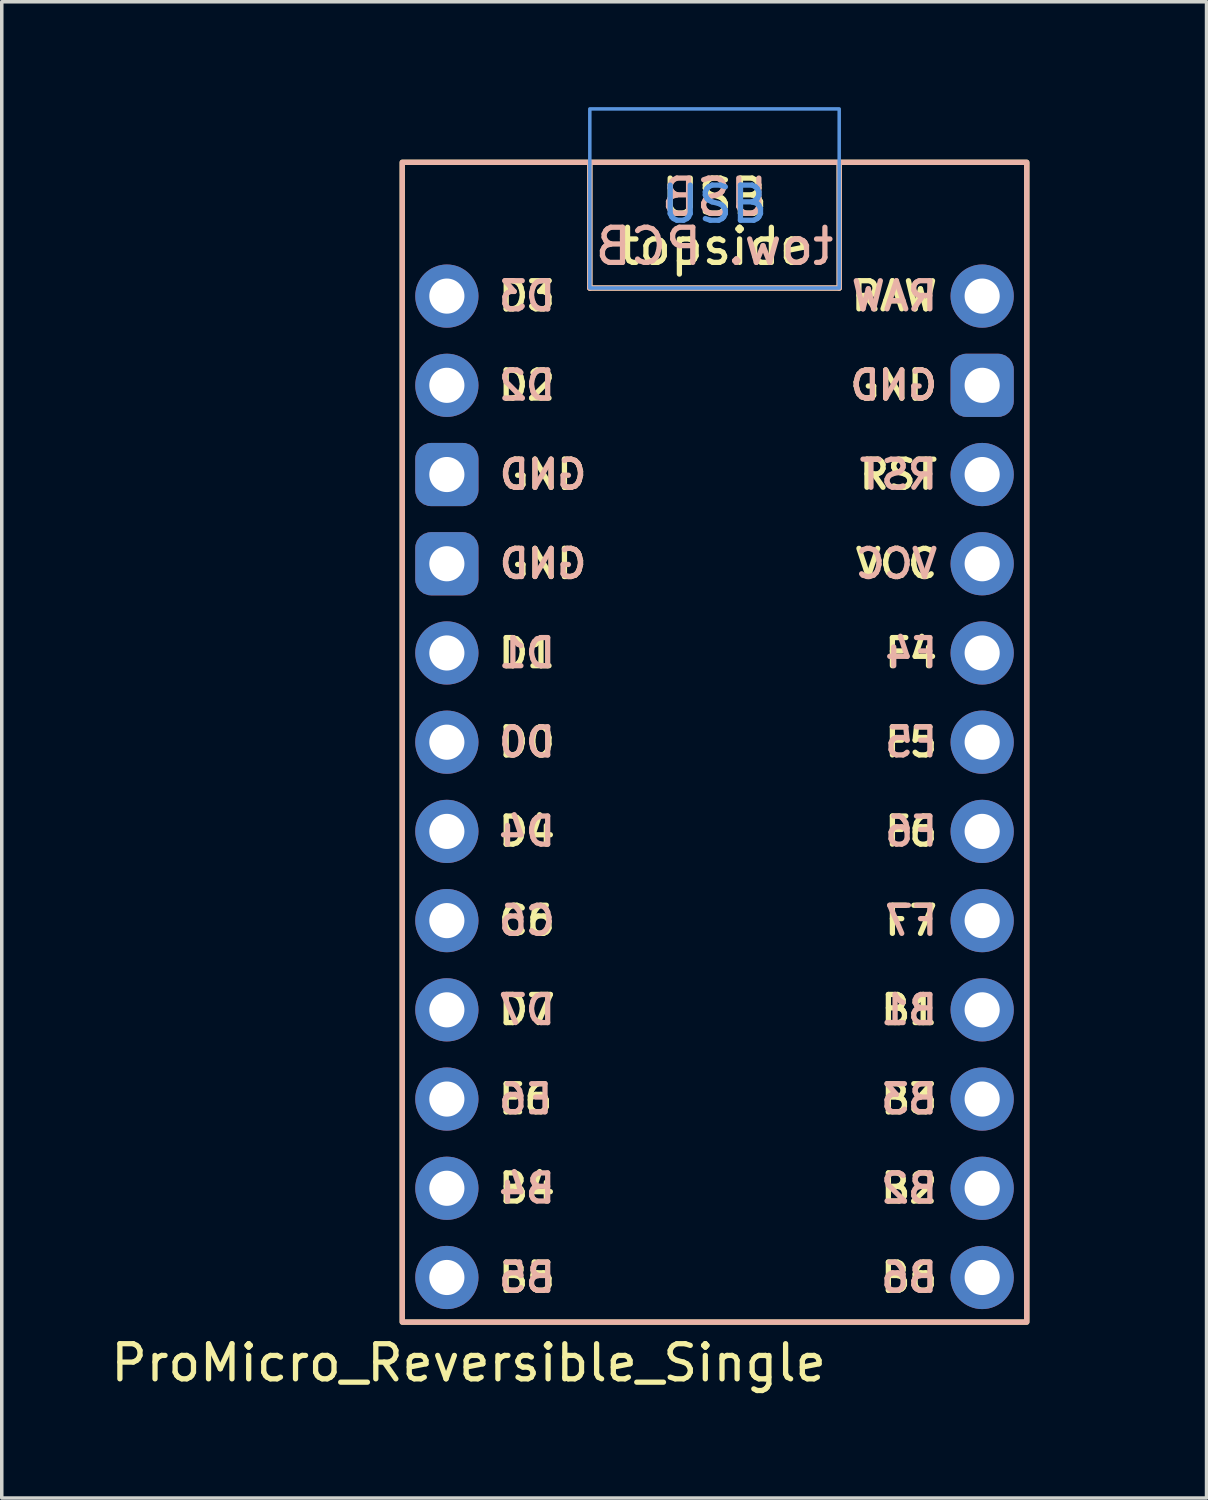
<source format=kicad_pcb>
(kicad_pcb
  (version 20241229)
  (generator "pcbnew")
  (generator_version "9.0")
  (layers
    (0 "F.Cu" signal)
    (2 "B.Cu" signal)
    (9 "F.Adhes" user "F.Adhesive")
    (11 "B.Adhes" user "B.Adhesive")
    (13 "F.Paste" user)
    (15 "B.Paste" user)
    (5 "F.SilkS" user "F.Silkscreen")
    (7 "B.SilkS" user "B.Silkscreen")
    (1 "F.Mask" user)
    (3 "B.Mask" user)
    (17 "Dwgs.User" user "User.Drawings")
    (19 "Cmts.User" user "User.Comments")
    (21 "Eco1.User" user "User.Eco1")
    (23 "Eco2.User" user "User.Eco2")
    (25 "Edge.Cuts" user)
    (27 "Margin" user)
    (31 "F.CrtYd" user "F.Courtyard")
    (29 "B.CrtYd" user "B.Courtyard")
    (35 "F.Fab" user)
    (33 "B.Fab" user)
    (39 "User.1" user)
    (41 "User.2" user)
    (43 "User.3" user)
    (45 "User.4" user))
  (footprint "ProMicro_Reversible_Single"
    (layer "F.Cu")
    (at 17.292 19.35)
    (property "Reference" "ProMicro_Reversible_Single" (at -7 16.4 0) (unlocked yes) (layer "F.SilkS") (effects (font (size 1 1) (thickness 0.15))))
    (attr through_hole exclude_from_pos_files exclude_from_bom)
    (fp_line (start -3.55 -14.2) (end -3.55 -17.78) (stroke (width 0.15) (type default)) (layer "F.SilkS"))
    (fp_line (start 3.55 -14.2) (end -3.55 -14.2) (stroke (width 0.15) (type default)) (layer "F.SilkS"))
    (fp_line (start 3.55 -14.2) (end 3.55 -17.78) (stroke (width 0.15) (type default)) (layer "F.SilkS"))
    (fp_rect (start -8.89 -17.78) (end 8.89 15.24) (stroke (width 0.15) (type solid)) (fill no) (layer "F.SilkS"))
    (fp_line (start -3.55 -14.2) (end -3.55 -17.78) (stroke (width 0.15) (type default)) (layer "B.SilkS"))
    (fp_line (start -3.55 -14.2) (end 3.55 -14.2) (stroke (width 0.15) (type default)) (layer "B.SilkS"))
    (fp_line (start 3.55 -14.2) (end 3.55 -17.78) (stroke (width 0.15) (type default)) (layer "B.SilkS"))
    (fp_rect (start 8.89 -17.78) (end -8.89 15.24) (stroke (width 0.15) (type solid)) (fill no) (layer "B.SilkS"))
    (fp_rect (start -3.55 -19.3) (end 3.55 -14.2) (stroke (width 0.1) (type default)) (fill no) (layer "Cmts.User"))
    (fp_text user "USB" (at 0 -16.2 0) (unlocked yes) (layer "F.SilkS") (effects (font (size 1 1) (thickness 0.15)) (justify bottom)))
    (fp_text user "B3" (at 6.42 8.89 0) (unlocked yes) (layer "F.SilkS") (effects (font (size 0.8 0.8) (thickness 0.15)) (justify right)))
    (fp_text user "F5" (at 6.42 -1.27 0) (unlocked yes) (layer "F.SilkS") (effects (font (size 0.8 0.8) (thickness 0.15)) (justify right)))
    (fp_text user "topside" (at 0 -14.8 0) (unlocked yes) (layer "F.SilkS") (effects (font (size 1 1) (thickness 0.15)) (justify bottom)))
    (fp_text user "D3" (at -6.22 -13.97 0) (unlocked yes) (layer "F.SilkS") (effects (font (size 0.8 0.8) (thickness 0.15)) (justify left)))
    (fp_text user "F6" (at 6.42 1.27 0) (unlocked yes) (layer "F.SilkS") (effects (font (size 0.8 0.8) (thickness 0.15)) (justify right)))
    (fp_text user "RST" (at 6.42 -8.89 0) (unlocked yes) (layer "F.SilkS") (effects (font (size 0.8 0.8) (thickness 0.15)) (justify right)))
    (fp_text user "D0" (at -6.22 -1.27 0) (unlocked yes) (layer "F.SilkS") (effects (font (size 0.8 0.8) (thickness 0.15)) (justify left)))
    (fp_text user "D7" (at -6.22 6.35 0) (unlocked yes) (layer "F.SilkS") (effects (font (size 0.8 0.8) (thickness 0.15)) (justify left)))
    (fp_text user "GND" (at -6.2 -6.35 0) (unlocked yes) (layer "F.SilkS") (effects (font (size 0.8 0.8) (thickness 0.15)) (justify left)))
    (fp_text user "F4" (at 6.42 -3.81 0) (unlocked yes) (layer "F.SilkS") (effects (font (size 0.8 0.8) (thickness 0.15)) (justify right)))
    (fp_text user "GND" (at 6.42 -11.43 0) (unlocked yes) (layer "F.SilkS") (effects (font (size 0.8 0.8) (thickness 0.15)) (justify right)))
    (fp_text user "GND" (at -6.2 -8.89 0) (unlocked yes) (layer "F.SilkS") (effects (font (size 0.8 0.8) (thickness 0.15)) (justify left)))
    (fp_text user "B4" (at -6.22 11.43 0) (unlocked yes) (layer "F.SilkS") (effects (font (size 0.8 0.8) (thickness 0.15)) (justify left)))
    (fp_text user "RAW" (at 6.42 -13.97 0) (unlocked yes) (layer "F.SilkS") (effects (font (size 0.8 0.8) (thickness 0.15)) (justify right)))
    (fp_text user "E6" (at -6.22 8.89 0) (unlocked yes) (layer "F.SilkS") (effects (font (size 0.8 0.8) (thickness 0.15)) (justify left)))
    (fp_text user "C6" (at -6.22 3.81 0) (unlocked yes) (layer "F.SilkS") (effects (font (size 0.8 0.8) (thickness 0.15)) (justify left)))
    (fp_text user "B2" (at 6.42 11.43 0) (unlocked yes) (layer "F.SilkS") (effects (font (size 0.8 0.8) (thickness 0.15)) (justify right)))
    (fp_text user "D2" (at -6.22 -11.43 0) (unlocked yes) (layer "F.SilkS") (effects (font (size 0.8 0.8) (thickness 0.15)) (justify left)))
    (fp_text user "F7" (at 6.42 3.81 0) (unlocked yes) (layer "F.SilkS") (effects (font (size 0.8 0.8) (thickness 0.15)) (justify right)))
    (fp_text user "B6" (at 6.42 13.97 0) (unlocked yes) (layer "F.SilkS") (effects (font (size 0.8 0.8) (thickness 0.15)) (justify right)))
    (fp_text user "VCC" (at 6.42 -6.35 0) (unlocked yes) (layer "F.SilkS") (effects (font (size 0.8 0.8) (thickness 0.15)) (justify right)))
    (fp_text user "D1" (at -6.22 -3.81 0) (unlocked yes) (layer "F.SilkS") (effects (font (size 0.8 0.8) (thickness 0.15)) (justify left)))
    (fp_text user "B5" (at -6.22 13.97 0) (unlocked yes) (layer "F.SilkS") (effects (font (size 0.8 0.8) (thickness 0.15)) (justify left)))
    (fp_text user "B1" (at 6.42 6.35 0) (unlocked yes) (layer "F.SilkS") (effects (font (size 0.8 0.8) (thickness 0.15)) (justify right)))
    (fp_text user "D4" (at -6.22 1.27 0) (unlocked yes) (layer "F.SilkS") (effects (font (size 0.8 0.8) (thickness 0.15)) (justify left)))
    (fp_text user "tow. PCB" (at 0 -14.8 0) (unlocked yes) (layer "B.SilkS") (effects (font (size 1 1) (thickness 0.15)) (justify bottom mirror)))
    (fp_text user "B2" (at 6.42 11.43 0) (unlocked yes) (layer "B.SilkS") (effects (font (size 0.8 0.8) (thickness 0.15)) (justify left mirror)))
    (fp_text user "F6" (at 6.42 1.27 0) (unlocked yes) (layer "B.SilkS") (effects (font (size 0.8 0.8) (thickness 0.15)) (justify left mirror)))
    (fp_text user "D3" (at -6.22 -13.97 0) (unlocked yes) (layer "B.SilkS") (effects (font (size 0.8 0.8) (thickness 0.15)) (justify right mirror)))
    (fp_text user "D4" (at -6.22 1.27 0) (unlocked yes) (layer "B.SilkS") (effects (font (size 0.8 0.8) (thickness 0.15)) (justify right mirror)))
    (fp_text user "E6" (at -6.22 8.89 0) (unlocked yes) (layer "B.SilkS") (effects (font (size 0.8 0.8) (thickness 0.15)) (justify right mirror)))
    (fp_text user "RST" (at 6.42 -8.89 0) (unlocked yes) (layer "B.SilkS") (effects (font (size 0.8 0.8) (thickness 0.15)) (justify left mirror)))
    (fp_text user "VCC" (at 6.42 -6.35 0) (unlocked yes) (layer "B.SilkS") (effects (font (size 0.8 0.8) (thickness 0.15)) (justify left mirror)))
    (fp_text user "GND" (at -6.2 -6.35 0) (unlocked yes) (layer "B.SilkS") (effects (font (size 0.8 0.8) (thickness 0.15)) (justify right mirror)))
    (fp_text user "D7" (at -6.22 6.35 0) (unlocked yes) (layer "B.SilkS") (effects (font (size 0.8 0.8) (thickness 0.15)) (justify right mirror)))
    (fp_text user "B5" (at -6.22 13.97 0) (unlocked yes) (layer "B.SilkS") (effects (font (size 0.8 0.8) (thickness 0.15)) (justify right mirror)))
    (fp_text user "USB" (at 0 -16.2 0) (unlocked yes) (layer "B.SilkS") (effects (font (size 1 1) (thickness 0.15)) (justify bottom mirror)))
    (fp_text user "D0" (at -6.22 -1.27 0) (unlocked yes) (layer "B.SilkS") (effects (font (size 0.8 0.8) (thickness 0.15)) (justify right mirror)))
    (fp_text user "RAW" (at 6.42 -13.97 0) (unlocked yes) (layer "B.SilkS") (effects (font (size 0.8 0.8) (thickness 0.15)) (justify left mirror)))
    (fp_text user "D1" (at -6.22 -3.81 0) (unlocked yes) (layer "B.SilkS") (effects (font (size 0.8 0.8) (thickness 0.15)) (justify right mirror)))
    (fp_text user "F7" (at 6.42 3.81 0) (unlocked yes) (layer "B.SilkS") (effects (font (size 0.8 0.8) (thickness 0.15)) (justify left mirror)))
    (fp_text user "GND" (at -6.2 -8.89 0) (unlocked yes) (layer "B.SilkS") (effects (font (size 0.8 0.8) (thickness 0.15)) (justify right mirror)))
    (fp_text user "B3" (at 6.42 8.89 0) (unlocked yes) (layer "B.SilkS") (effects (font (size 0.8 0.8) (thickness 0.15)) (justify left mirror)))
    (fp_text user "GND" (at 6.42 -11.43 0) (unlocked yes) (layer "B.SilkS") (effects (font (size 0.8 0.8) (thickness 0.15)) (justify left mirror)))
    (fp_text user "F4" (at 6.42 -3.81 0) (unlocked yes) (layer "B.SilkS") (effects (font (size 0.8 0.8) (thickness 0.15)) (justify left mirror)))
    (fp_text user "B4" (at -6.22 11.43 0) (unlocked yes) (layer "B.SilkS") (effects (font (size 0.8 0.8) (thickness 0.15)) (justify right mirror)))
    (fp_text user "B1" (at 6.42 6.35 0) (unlocked yes) (layer "B.SilkS") (effects (font (size 0.8 0.8) (thickness 0.15)) (justify left mirror)))
    (fp_text user "D2" (at -6.22 -11.43 0) (unlocked yes) (layer "B.SilkS") (effects (font (size 0.8 0.8) (thickness 0.15)) (justify right mirror)))
    (fp_text user "C6" (at -6.22 3.81 0) (unlocked yes) (layer "B.SilkS") (effects (font (size 0.8 0.8) (thickness 0.15)) (justify right mirror)))
    (fp_text user "F5" (at 6.42 -1.27 0) (unlocked yes) (layer "B.SilkS") (effects (font (size 0.8 0.8) (thickness 0.15)) (justify left mirror)))
    (fp_text user "B6" (at 6.42 13.97 0) (unlocked yes) (layer "B.SilkS") (effects (font (size 0.8 0.8) (thickness 0.15)) (justify left mirror)))
    (fp_text user "USB" (at 0 -16 0) (layer "Cmts.User") (effects (font (size 1 1) (thickness 0.15)) (justify bottom)))
    (fp_text user "Legends assuming the PM is facing up" (at 10.16 0 90) (unlocked yes) (layer "User.1") (effects (font (size 1 1) (thickness 0.15))))
    (pad "1" thru_hole circle (at -7.62 -13.97) (size 1.8 1.8) (drill 1) (layers "*.Cu" "*.Mask"))
    (pad "2" thru_hole circle (at -7.62 -11.43) (size 1.8 1.8) (drill 1) (layers "*.Cu" "*.Mask"))
    (pad "3" thru_hole roundrect (at -7.62 -8.89) (size 1.8 1.8) (drill 1) (layers "*.Cu" "*.Mask") (roundrect_rratio 0.25))
    (pad "4" thru_hole roundrect (at -7.62 -6.35) (size 1.8 1.8) (drill 1) (layers "*.Cu" "*.Mask") (roundrect_rratio 0.25))
    (pad "5" thru_hole circle (at -7.62 -3.81) (size 1.8 1.8) (drill 1) (layers "*.Cu" "*.Mask"))
    (pad "6" thru_hole circle (at -7.62 -1.27) (size 1.8 1.8) (drill 1) (layers "*.Cu" "*.Mask"))
    (pad "7" thru_hole circle (at -7.62 1.27) (size 1.8 1.8) (drill 1) (layers "*.Cu" "*.Mask"))
    (pad "8" thru_hole circle (at -7.62 3.81) (size 1.8 1.8) (drill 1) (layers "*.Cu" "*.Mask"))
    (pad "9" thru_hole circle (at -7.62 6.35) (size 1.8 1.8) (drill 1) (layers "*.Cu" "*.Mask"))
    (pad "10" thru_hole circle (at -7.62 8.89) (size 1.8 1.8) (drill 1) (layers "*.Cu" "*.Mask"))
    (pad "11" thru_hole circle (at -7.62 11.43) (size 1.8 1.8) (drill 1) (layers "*.Cu" "*.Mask"))
    (pad "12" thru_hole circle (at -7.62 13.97) (size 1.8 1.8) (drill 1) (layers "*.Cu" "*.Mask"))
    (pad "13" thru_hole circle (at 7.62 -13.97) (size 1.8 1.8) (drill 1) (layers "*.Cu" "*.Mask"))
    (pad "14" thru_hole roundrect (at 7.62 -11.43) (size 1.8 1.8) (drill 1) (layers "*.Cu" "*.Mask") (roundrect_rratio 0.25))
    (pad "15" thru_hole circle (at 7.62 -8.89) (size 1.8 1.8) (drill 1) (layers "*.Cu" "*.Mask"))
    (pad "16" thru_hole circle (at 7.62 -6.35) (size 1.8 1.8) (drill 1) (layers "*.Cu" "*.Mask"))
    (pad "17" thru_hole circle (at 7.62 -3.81) (size 1.8 1.8) (drill 1) (layers "*.Cu" "*.Mask"))
    (pad "18" thru_hole circle (at 7.62 -1.27) (size 1.8 1.8) (drill 1) (layers "*.Cu" "*.Mask"))
    (pad "19" thru_hole circle (at 7.62 1.27) (size 1.8 1.8) (drill 1) (layers "*.Cu" "*.Mask"))
    (pad "20" thru_hole circle (at 7.62 3.81) (size 1.8 1.8) (drill 1) (layers "*.Cu" "*.Mask"))
    (pad "21" thru_hole circle (at 7.62 6.35) (size 1.8 1.8) (drill 1) (layers "*.Cu" "*.Mask"))
    (pad "22" thru_hole circle (at 7.62 8.89) (size 1.8 1.8) (drill 1) (layers "*.Cu" "*.Mask"))
    (pad "23" thru_hole circle (at 7.62 11.43) (size 1.8 1.8) (drill 1) (layers "*.Cu" "*.Mask"))
    (pad "24" thru_hole circle (at 7.62 13.97) (size 1.8 1.8) (drill 1) (layers "*.Cu" "*.Mask")))
  (gr_rect
    (start -3 -3)
    (end 31.3 39.598)
    (stroke (width 0.1) (type default))
    (fill no)
    (layer "Edge.Cuts")))
</source>
